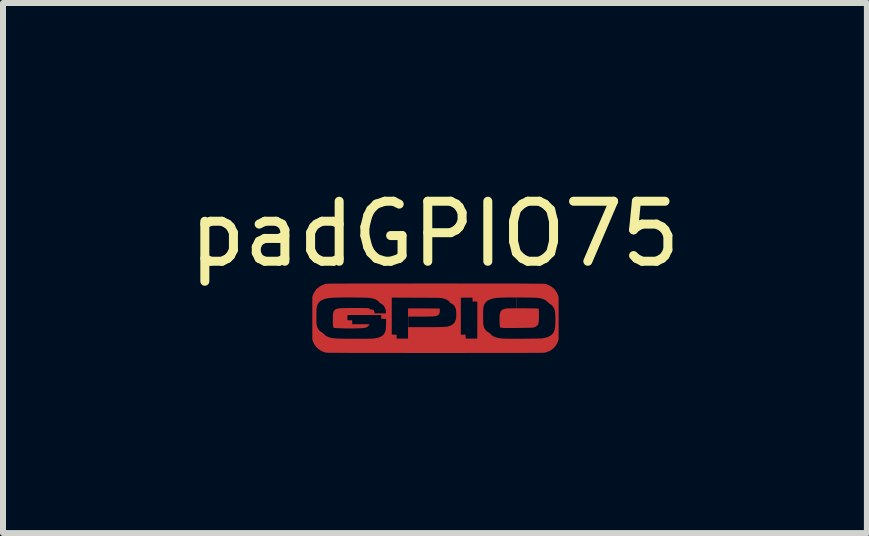
<source format=kicad_pcb>
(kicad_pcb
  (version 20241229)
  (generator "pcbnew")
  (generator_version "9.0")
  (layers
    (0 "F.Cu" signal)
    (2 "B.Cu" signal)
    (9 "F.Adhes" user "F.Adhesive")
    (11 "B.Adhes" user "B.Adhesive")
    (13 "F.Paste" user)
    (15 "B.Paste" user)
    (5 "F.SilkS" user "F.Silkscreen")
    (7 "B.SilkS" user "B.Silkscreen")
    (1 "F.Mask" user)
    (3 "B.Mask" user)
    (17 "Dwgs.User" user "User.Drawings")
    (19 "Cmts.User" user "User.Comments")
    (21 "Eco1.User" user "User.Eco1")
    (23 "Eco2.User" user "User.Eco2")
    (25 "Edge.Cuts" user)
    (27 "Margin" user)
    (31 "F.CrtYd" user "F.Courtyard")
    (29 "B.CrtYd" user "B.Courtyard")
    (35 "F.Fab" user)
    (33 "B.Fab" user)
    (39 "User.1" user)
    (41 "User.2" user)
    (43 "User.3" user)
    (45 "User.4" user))
  (footprint "padGPIO75"
    (layer "F.Cu")
    (at 4.211 2.263)
    (property "Reference" "padGPIO75" (at -0.015 -1.415 0) (unlocked yes) (layer "F.SilkS") (effects (font (size 1 1) (thickness 0.15))))
    (attr smd)
    (fp_poly (pts (xy 0.612 0.265) (xy 0.418 0.265) (xy 0.418 -0.353) (xy 0.612 -0.353)) (stroke (width -0.000001) (type solid)) (fill yes) (layer "F.Mask"))
    (fp_poly (pts (xy -0.047 -0.352) (xy 0.039 -0.35) (xy 0.079 -0.349) (xy 0.091 -0.347) (xy 0.103 -0.345) (xy 0.114 -0.343) (xy 0.125 -0.341) (xy 0.136 -0.338) (xy 0.145 -0.335) (xy 0.155 -0.332) (xy 0.164 -0.329) (xy 0.173 -0.326) (xy 0.181 -0.322) (xy 0.189 -0.318) (xy 0.196 -0.314) (xy 0.203 -0.31) (xy 0.209 -0.305) (xy 0.215 -0.3) (xy 0.22 -0.295) (xy 0.225 -0.29) (xy 0.23 -0.284) (xy 0.235 -0.278) (xy 0.239 -0.272) (xy 0.243 -0.266) (xy 0.246 -0.259) (xy 0.249 -0.252) (xy 0.252 -0.244) (xy 0.254 -0.236) (xy 0.257 -0.228) (xy 0.258 -0.219) (xy 0.26 -0.209) (xy 0.262 -0.199) (xy 0.263 -0.188) (xy 0.264 -0.176) (xy 0.264 -0.164) (xy 0.265 -0.144) (xy 0.265 -0.125) (xy 0.264 -0.107) (xy 0.262 -0.089) (xy 0.261 -0.08) (xy 0.26 -0.072) (xy 0.259 -0.064) (xy 0.257 -0.057) (xy 0.256 -0.05) (xy 0.254 -0.043) (xy 0.252 -0.036) (xy 0.25 -0.03) (xy 0.248 -0.026) (xy 0.246 -0.022) (xy 0.244 -0.018) (xy 0.242 -0.014) (xy 0.239 -0.01) (xy 0.237 -0.006) (xy 0.234 -0.002) (xy 0.231 0.002) (xy 0.225 0.009) (xy 0.218 0.016) (xy 0.211 0.023) (xy 0.203 0.029) (xy 0.195 0.035) (xy 0.186 0.04) (xy 0.177 0.046) (xy 0.167 0.05) (xy 0.157 0.055) (xy 0.147 0.058) (xy 0.136 0.062) (xy 0.126 0.064) (xy 0.116 0.066) (xy 0.106 0.068) (xy 0.094 0.07) (xy 0.081 0.071) (xy 0.066 0.072) (xy 0.049 0.073) (xy 0.009 0.075) (xy -0.042 0.076) (xy -0.105 0.077) (xy -0.182 0.078) (xy -0.274 0.078) (xy -0.538 0.078) (xy -0.538 0.265) (xy -0.733 0.265) (xy -0.733 -0.239) (xy -0.538 -0.239) (xy -0.538 -0.04) (xy -0.295 -0.04) (xy -0.196 -0.041) (xy -0.114 -0.041) (xy -0.055 -0.043) (xy -0.026 -0.044) (xy -0.015 -0.046) (xy -0.005 -0.048) (xy 0.004 -0.05) (xy 0.012 -0.052) (xy 0.02 -0.055) (xy 0.027 -0.057) (xy 0.033 -0.061) (xy 0.038 -0.064) (xy 0.041 -0.066) (xy 0.043 -0.068) (xy 0.046 -0.07) (xy 0.048 -0.072) (xy 0.05 -0.074) (xy 0.052 -0.077) (xy 0.055 -0.082) (xy 0.058 -0.088) (xy 0.06 -0.094) (xy 0.062 -0.1) (xy 0.064 -0.108) (xy 0.065 -0.113) (xy 0.066 -0.119) (xy 0.066 -0.125) (xy 0.066 -0.131) (xy 0.066 -0.137) (xy 0.066 -0.143) (xy 0.066 -0.15) (xy 0.065 -0.156) (xy 0.064 -0.162) (xy 0.063 -0.168) (xy 0.062 -0.174) (xy 0.06 -0.179) (xy 0.059 -0.185) (xy 0.057 -0.189) (xy 0.055 -0.194) (xy 0.053 -0.198) (xy 0.052 -0.199) (xy 0.051 -0.2) (xy 0.05 -0.202) (xy 0.049 -0.203) (xy 0.047 -0.204) (xy 0.046 -0.206) (xy 0.044 -0.208) (xy 0.041 -0.211) (xy 0.037 -0.213) (xy 0.034 -0.215) (xy 0.03 -0.217) (xy 0.026 -0.22) (xy 0.022 -0.221) (xy 0.018 -0.223) (xy 0.013 -0.225) (xy 0.009 -0.227) (xy 0.004 -0.228) (xy -0.002 -0.23) (xy -0.007 -0.231) (xy -0.01 -0.232) (xy -0.015 -0.232) (xy -0.031 -0.233) (xy -0.054 -0.234) (xy -0.085 -0.235) (xy -0.169 -0.236) (xy -0.282 -0.237) (xy -0.538 -0.239) (xy -0.733 -0.239) (xy -0.733 -0.353) (xy -0.343 -0.353)) (stroke (width -0.000001) (type solid)) (fill yes) (layer "F.Mask"))
    (fp_poly (pts (xy 1.484 -0.359) (xy 1.559 -0.358) (xy 1.622 -0.356) (xy 1.675 -0.352) (xy 1.718 -0.348) (xy 1.753 -0.342) (xy 1.78 -0.335) (xy 1.793 -0.33) (xy 1.805 -0.325) (xy 1.816 -0.32) (xy 1.827 -0.314) (xy 1.837 -0.307) (xy 1.846 -0.3) (xy 1.855 -0.293) (xy 1.863 -0.284) (xy 1.871 -0.276) (xy 1.878 -0.266) (xy 1.884 -0.256) (xy 1.89 -0.246) (xy 1.895 -0.235) (xy 1.899 -0.223) (xy 1.903 -0.21) (xy 1.907 -0.197) (xy 1.908 -0.187) (xy 1.91 -0.174) (xy 1.912 -0.139) (xy 1.914 -0.095) (xy 1.914 -0.048) (xy 1.914 -0.001) (xy 1.912 0.043) (xy 1.91 0.079) (xy 1.909 0.092) (xy 1.907 0.103) (xy 1.905 0.111) (xy 1.902 0.12) (xy 1.9 0.128) (xy 1.897 0.136) (xy 1.894 0.143) (xy 1.891 0.151) (xy 1.887 0.158) (xy 1.884 0.165) (xy 1.879 0.171) (xy 1.875 0.178) (xy 1.871 0.184) (xy 1.866 0.189) (xy 1.861 0.195) (xy 1.855 0.2) (xy 1.849 0.206) (xy 1.843 0.21) (xy 1.837 0.215) (xy 1.83 0.22) (xy 1.823 0.224) (xy 1.816 0.228) (xy 1.808 0.232) (xy 1.8 0.235) (xy 1.792 0.239) (xy 1.784 0.242) (xy 1.775 0.245) (xy 1.765 0.248) (xy 1.746 0.253) (xy 1.725 0.257) (xy 1.702 0.261) (xy 1.661 0.265) (xy 1.594 0.267) (xy 1.413 0.271) (xy 1.218 0.272) (xy 1.134 0.27) (xy 1.067 0.268) (xy 1.067 0.268) (xy 1.035 0.266) (xy 1.005 0.263) (xy 0.978 0.259) (xy 0.952 0.254) (xy 0.929 0.248) (xy 0.908 0.242) (xy 0.889 0.234) (xy 0.872 0.225) (xy 0.856 0.214) (xy 0.849 0.209) (xy 0.843 0.203) (xy 0.836 0.197) (xy 0.831 0.19) (xy 0.825 0.183) (xy 0.82 0.176) (xy 0.811 0.161) (xy 0.804 0.144) (xy 0.797 0.126) (xy 0.793 0.106) (xy 0.791 0.096) (xy 0.789 0.082) (xy 0.787 0.046) (xy 0.786 0.003) (xy 0.785 -0.044) (xy 0.785 -0.048) (xy 0.986 -0.048) (xy 0.986 -0.016) (xy 0.988 0.013) (xy 0.989 0.038) (xy 0.99 0.048) (xy 0.991 0.055) (xy 0.992 0.061) (xy 0.993 0.067) (xy 0.995 0.072) (xy 0.996 0.077) (xy 0.997 0.081) (xy 0.998 0.085) (xy 1 0.089) (xy 1.001 0.093) (xy 1.003 0.096) (xy 1.005 0.1) (xy 1.007 0.103) (xy 1.009 0.106) (xy 1.011 0.109) (xy 1.013 0.111) (xy 1.016 0.114) (xy 1.019 0.117) (xy 1.021 0.119) (xy 1.023 0.12) (xy 1.028 0.124) (xy 1.033 0.127) (xy 1.039 0.13) (xy 1.046 0.132) (xy 1.053 0.135) (xy 1.061 0.138) (xy 1.07 0.14) (xy 1.079 0.142) (xy 1.089 0.144) (xy 1.099 0.146) (xy 1.11 0.147) (xy 1.121 0.149) (xy 1.133 0.15) (xy 1.145 0.151) (xy 1.157 0.152) (xy 1.192 0.153) (xy 1.247 0.153) (xy 1.391 0.152) (xy 1.529 0.15) (xy 1.577 0.148) (xy 1.601 0.147) (xy 1.601 0.147) (xy 1.617 0.144) (xy 1.625 0.143) (xy 1.631 0.141) (xy 1.638 0.14) (xy 1.643 0.138) (xy 1.649 0.136) (xy 1.654 0.135) (xy 1.658 0.133) (xy 1.663 0.131) (xy 1.667 0.129) (xy 1.671 0.126) (xy 1.674 0.124) (xy 1.678 0.121) (xy 1.681 0.118) (xy 1.685 0.115) (xy 1.687 0.113) (xy 1.689 0.111) (xy 1.691 0.109) (xy 1.693 0.106) (xy 1.694 0.104) (xy 1.696 0.102) (xy 1.697 0.1) (xy 1.699 0.098) (xy 1.7 0.096) (xy 1.701 0.093) (xy 1.703 0.091) (xy 1.704 0.088) (xy 1.705 0.086) (xy 1.706 0.083) (xy 1.707 0.081) (xy 1.708 0.078) (xy 1.71 0.068) (xy 1.712 0.055) (xy 1.714 0.04) (xy 1.716 0.023) (xy 1.718 -0.014) (xy 1.718 -0.054) (xy 1.718 -0.093) (xy 1.716 -0.128) (xy 1.714 -0.144) (xy 1.713 -0.157) (xy 1.711 -0.168) (xy 1.708 -0.175) (xy 1.707 -0.178) (xy 1.705 -0.181) (xy 1.704 -0.184) (xy 1.702 -0.187) (xy 1.701 -0.19) (xy 1.699 -0.192) (xy 1.697 -0.195) (xy 1.696 -0.197) (xy 1.694 -0.199) (xy 1.692 -0.201) (xy 1.69 -0.203) (xy 1.687 -0.205) (xy 1.685 -0.207) (xy 1.683 -0.209) (xy 1.68 -0.211) (xy 1.678 -0.213) (xy 1.675 -0.214) (xy 1.672 -0.216) (xy 1.669 -0.217) (xy 1.666 -0.219) (xy 1.663 -0.22) (xy 1.659 -0.222) (xy 1.656 -0.223) (xy 1.652 -0.224) (xy 1.644 -0.227) (xy 1.635 -0.229) (xy 1.626 -0.231) (xy 1.616 -0.233) (xy 1.611 -0.234) (xy 1.605 -0.235) (xy 1.599 -0.235) (xy 1.591 -0.236) (xy 1.574 -0.237) (xy 1.553 -0.238) (xy 1.526 -0.239) (xy 1.492 -0.24) (xy 1.45 -0.24) (xy 1.399 -0.241) (xy 1.282 -0.242) (xy 1.191 -0.24) (xy 1.153 -0.238) (xy 1.121 -0.236) (xy 1.093 -0.232) (xy 1.07 -0.228) (xy 1.051 -0.223) (xy 1.035 -0.216) (xy 1.022 -0.208) (xy 1.012 -0.199) (xy 1.004 -0.188) (xy 0.998 -0.176) (xy 0.993 -0.163) (xy 0.99 -0.147) (xy 0.989 -0.14) (xy 0.988 -0.131) (xy 0.987 -0.108) (xy 0.986 -0.079) (xy 0.986 -0.048) (xy 0.785 -0.048) (xy 0.786 -0.09) (xy 0.787 -0.133) (xy 0.789 -0.169) (xy 0.791 -0.182) (xy 0.793 -0.192) (xy 0.795 -0.204) (xy 0.799 -0.215) (xy 0.802 -0.226) (xy 0.806 -0.236) (xy 0.81 -0.245) (xy 0.814 -0.254) (xy 0.819 -0.262) (xy 0.825 -0.27) (xy 0.831 -0.277) (xy 0.837 -0.284) (xy 0.844 -0.29) (xy 0.852 -0.296) (xy 0.86 -0.302) (xy 0.868 -0.308) (xy 0.878 -0.313) (xy 0.888 -0.318) (xy 0.9 -0.324) (xy 0.913 -0.329) (xy 0.926 -0.333) (xy 0.94 -0.337) (xy 0.956 -0.341) (xy 0.973 -0.344) (xy 0.991 -0.347) (xy 1.012 -0.349) (xy 1.036 -0.351) (xy 1.062 -0.353) (xy 1.091 -0.355) (xy 1.124 -0.356) (xy 1.161 -0.357) (xy 1.201 -0.358) (xy 1.296 -0.359) (xy 1.397 -0.36)) (stroke (width -0.000001) (type solid)) (fill yes) (layer "F.Mask"))
    (fp_poly (pts (xy -1.33 -0.36) (xy -1.248 -0.358) (xy -1.175 -0.354) (xy -1.114 -0.35) (xy -1.065 -0.343) (xy -1.045 -0.34) (xy -1.029 -0.336) (xy -1.016 -0.331) (xy -1.003 -0.326) (xy -0.997 -0.323) (xy -0.991 -0.32) (xy -0.986 -0.317) (xy -0.98 -0.314) (xy -0.975 -0.311) (xy -0.97 -0.307) (xy -0.965 -0.303) (xy -0.961 -0.299) (xy -0.956 -0.295) (xy -0.952 -0.291) (xy -0.948 -0.287) (xy -0.944 -0.282) (xy -0.941 -0.277) (xy -0.937 -0.272) (xy -0.934 -0.267) (xy -0.931 -0.262) (xy -0.928 -0.256) (xy -0.926 -0.251) (xy -0.923 -0.245) (xy -0.921 -0.239) (xy -0.919 -0.233) (xy -0.917 -0.226) (xy -0.914 -0.213) (xy -0.911 -0.199) (xy -0.909 -0.184) (xy -0.907 -0.154) (xy -1.102 -0.154) (xy -1.102 -0.163) (xy -1.102 -0.166) (xy -1.103 -0.17) (xy -1.103 -0.173) (xy -1.104 -0.177) (xy -1.105 -0.18) (xy -1.106 -0.184) (xy -1.107 -0.187) (xy -1.108 -0.19) (xy -1.109 -0.194) (xy -1.111 -0.197) (xy -1.112 -0.2) (xy -1.114 -0.203) (xy -1.116 -0.205) (xy -1.118 -0.208) (xy -1.12 -0.21) (xy -1.122 -0.212) (xy -1.126 -0.216) (xy -1.128 -0.217) (xy -1.13 -0.219) (xy -1.133 -0.22) (xy -1.135 -0.222) (xy -1.138 -0.223) (xy -1.14 -0.224) (xy -1.143 -0.226) (xy -1.146 -0.227) (xy -1.152 -0.229) (xy -1.159 -0.231) (xy -1.167 -0.233) (xy -1.176 -0.235) (xy -1.185 -0.236) (xy -1.196 -0.237) (xy -1.207 -0.239) (xy -1.22 -0.24) (xy -1.233 -0.241) (xy -1.248 -0.242) (xy -1.264 -0.243) (xy -1.304 -0.244) (xy -1.356 -0.244) (xy -1.478 -0.244) (xy -1.595 -0.242) (xy -1.641 -0.24) (xy -1.673 -0.238) (xy -1.691 -0.236) (xy -1.708 -0.233) (xy -1.715 -0.232) (xy -1.723 -0.23) (xy -1.729 -0.228) (xy -1.735 -0.226) (xy -1.741 -0.223) (xy -1.747 -0.22) (xy -1.752 -0.217) (xy -1.757 -0.214) (xy -1.761 -0.21) (xy -1.765 -0.206) (xy -1.769 -0.202) (xy -1.772 -0.197) (xy -1.775 -0.192) (xy -1.778 -0.186) (xy -1.78 -0.18) (xy -1.783 -0.173) (xy -1.785 -0.166) (xy -1.786 -0.159) (xy -1.788 -0.15) (xy -1.789 -0.142) (xy -1.79 -0.132) (xy -1.791 -0.123) (xy -1.792 -0.101) (xy -1.793 -0.077) (xy -1.793 -0.05) (xy -1.793 -0.007) (xy -1.792 0.011) (xy -1.791 0.028) (xy -1.79 0.043) (xy -1.788 0.056) (xy -1.786 0.069) (xy -1.783 0.079) (xy -1.78 0.089) (xy -1.776 0.098) (xy -1.772 0.105) (xy -1.768 0.112) (xy -1.762 0.118) (xy -1.756 0.124) (xy -1.75 0.128) (xy -1.742 0.133) (xy -1.736 0.136) (xy -1.729 0.139) (xy -1.722 0.142) (xy -1.718 0.143) (xy -1.714 0.145) (xy -1.71 0.146) (xy -1.706 0.147) (xy -1.701 0.148) (xy -1.697 0.148) (xy -1.686 0.15) (xy -1.673 0.151) (xy -1.658 0.153) (xy -1.641 0.153) (xy -1.622 0.154) (xy -1.6 0.155) (xy -1.575 0.155) (xy -1.546 0.156) (xy -1.477 0.157) (xy -1.353 0.157) (xy -1.305 0.157) (xy -1.265 0.156) (xy -1.232 0.154) (xy -1.205 0.152) (xy -1.185 0.149) (xy -1.169 0.145) (xy -1.161 0.142) (xy -1.157 0.141) (xy -1.153 0.139) (xy -1.15 0.138) (xy -1.147 0.136) (xy -1.143 0.134) (xy -1.14 0.132) (xy -1.137 0.13) (xy -1.134 0.128) (xy -1.131 0.126) (xy -1.129 0.123) (xy -1.126 0.121) (xy -1.124 0.118) (xy -1.121 0.116) (xy -1.119 0.113) (xy -1.117 0.11) (xy -1.115 0.107) (xy -1.113 0.104) (xy -1.111 0.101) (xy -1.11 0.097) (xy -1.108 0.094) (xy -1.107 0.091) (xy -1.105 0.087) (xy -1.104 0.083) (xy -1.103 0.08) (xy -1.102 0.076) (xy -1.101 0.072) (xy -1.1 0.063) (xy -1.099 0.055) (xy -1.097 0.028) (xy -1.476 0.028) (xy -1.476 -0.067) (xy -0.904 -0.067) (xy -0.904 -0.007) (xy -0.904 0.019) (xy -0.905 0.043) (xy -0.906 0.065) (xy -0.908 0.085) (xy -0.91 0.103) (xy -0.912 0.119) (xy -0.915 0.133) (xy -0.916 0.139) (xy -0.918 0.145) (xy -0.92 0.151) (xy -0.923 0.157) (xy -0.925 0.163) (xy -0.928 0.169) (xy -0.931 0.175) (xy -0.934 0.181) (xy -0.938 0.186) (xy -0.941 0.191) (xy -0.945 0.196) (xy -0.949 0.201) (xy -0.953 0.205) (xy -0.958 0.21) (xy -0.963 0.214) (xy -0.968 0.218) (xy -0.973 0.222) (xy -0.978 0.226) (xy -0.984 0.229) (xy -0.99 0.233) (xy -0.996 0.236) (xy -1.003 0.239) (xy -1.009 0.242) (xy -1.016 0.245) (xy -1.023 0.247) (xy -1.031 0.25) (xy -1.038 0.252) (xy -1.046 0.254) (xy -1.063 0.258) (xy -1.081 0.262) (xy -1.1 0.265) (xy -1.132 0.266) (xy -1.191 0.268) (xy -1.361 0.27) (xy -1.543 0.27) (xy -1.672 0.269) (xy -1.714 0.267) (xy -1.75 0.264) (xy -1.781 0.261) (xy -1.795 0.259) (xy -1.808 0.257) (xy -1.82 0.255) (xy -1.831 0.253) (xy -1.842 0.25) (xy -1.852 0.247) (xy -1.862 0.244) (xy -1.871 0.24) (xy -1.881 0.236) (xy -1.891 0.232) (xy -1.9 0.227) (xy -1.909 0.221) (xy -1.918 0.216) (xy -1.926 0.21) (xy -1.933 0.204) (xy -1.94 0.197) (xy -1.946 0.19) (xy -1.952 0.183) (xy -1.958 0.175) (xy -1.963 0.166) (xy -1.967 0.157) (xy -1.972 0.148) (xy -1.975 0.138) (xy -1.979 0.127) (xy -1.982 0.116) (xy -1.985 0.105) (xy -1.987 0.094) (xy -1.988 0.081) (xy -1.99 0.046) (xy -1.992 0.004) (xy -1.992 -0.042) (xy -1.992 -0.088) (xy -1.99 -0.131) (xy -1.988 -0.166) (xy -1.987 -0.179) (xy -1.985 -0.19) (xy -1.982 -0.202) (xy -1.979 -0.213) (xy -1.975 -0.224) (xy -1.971 -0.234) (xy -1.967 -0.244) (xy -1.962 -0.253) (xy -1.957 -0.262) (xy -1.951 -0.27) (xy -1.945 -0.278) (xy -1.938 -0.285) (xy -1.931 -0.292) (xy -1.923 -0.298) (xy -1.914 -0.304) (xy -1.905 -0.31) (xy -1.896 -0.315) (xy -1.886 -0.32) (xy -1.876 -0.324) (xy -1.866 -0.328) (xy -1.856 -0.332) (xy -1.845 -0.335) (xy -1.834 -0.338) (xy -1.822 -0.341) (xy -1.809 -0.343) (xy -1.794 -0.345) (xy -1.779 -0.347) (xy -1.762 -0.349) (xy -1.744 -0.35) (xy -1.724 -0.352) (xy -1.702 -0.353) (xy -1.678 -0.354) (xy -1.624 -0.356) (xy -1.52 -0.359) (xy -1.421 -0.36)) (stroke (width -0.000001) (type solid)) (fill yes) (layer "F.Mask"))
    (fp_poly (pts (xy -1.79 -0.151) (xy 1.72 -0.151) (xy 1.72 0.128) (xy -1.79 0.128)) (stroke (width 0.4) (type solid)) (fill yes) (layer "B.Mask"))
    (pad "1" smd rect (at -1.905 0.381) (size 0.12 0.06) (layers "F.Cu" "F.Mask" "F.Paste"))
    (pad "1" smd rect (at -1.778 -0.508) (size 0.12 0.06) (layers "F.Cu" "F.Mask" "F.Paste"))
    (pad "1" smd custom (at 0 0.24) (size 0.025 0.025) (layers "F.Cu" "F.Mask" "F.Paste") (options (anchor circle)) (primitives (gr_poly (pts (xy 1.357 -0.829) (xy 1.804 -0.826) (xy 1.804 -0.826) (xy 1.804 -0.826) (xy 1.804 -0.826) (xy 1.804 -0.826) (xy 1.804 -0.825) (xy 1.804 -0.825) (xy 1.804 -0.825) (xy 1.804 -0.825) (xy 1.805 -0.825) (xy 1.805 -0.825) (xy 1.805 -0.825) (xy 1.805 -0.825) (xy 1.806 -0.824) (xy 1.806 -0.824) (xy 1.806 -0.824) (xy 1.806 -0.824) (xy 1.807 -0.824) (xy 1.807 -0.824) (xy 1.807 -0.824) (xy 1.808 -0.824) (xy 1.808 -0.824) (xy 1.809 -0.824) (xy 1.809 -0.824) (xy 1.809 -0.824) (xy 1.81 -0.824) (xy 1.81 -0.824) (xy 1.811 -0.824) (xy 1.811 -0.824) (xy 1.812 -0.825) (xy 1.812 -0.825) (xy 1.813 -0.825) (xy 1.813 -0.825) (xy 1.814 -0.825) (xy 1.815 -0.825) (xy 1.816 -0.825) (xy 1.817 -0.826) (xy 1.818 -0.826) (xy 1.819 -0.826) (xy 1.819 -0.826) (xy 1.82 -0.826) (xy 1.821 -0.826) (xy 1.821 -0.825) (xy 1.822 -0.825) (xy 1.822 -0.825) (xy 1.822 -0.825) (xy 1.822 -0.825) (xy 1.823 -0.825) (xy 1.823 -0.824) (xy 1.823 -0.824) (xy 1.823 -0.824) (xy 1.823 -0.824) (xy 1.823 -0.824) (xy 1.823 -0.824) (xy 1.823 -0.823) (xy 1.823 -0.823) (xy 1.823 -0.823) (xy 1.823 -0.823) (xy 1.823 -0.823) (xy 1.824 -0.823) (xy 1.824 -0.823) (xy 1.824 -0.822) (xy 1.824 -0.822) (xy 1.824 -0.822) (xy 1.825 -0.822) (xy 1.825 -0.822) (xy 1.825 -0.822) (xy 1.826 -0.822) (xy 1.826 -0.821) (xy 1.826 -0.821) (xy 1.827 -0.821) (xy 1.827 -0.821) (xy 1.827 -0.821) (xy 1.828 -0.821) (xy 1.829 -0.821) (xy 1.829 -0.82) (xy 1.83 -0.82) (xy 1.831 -0.82) (xy 1.832 -0.82) (xy 1.832 -0.82) (xy 1.833 -0.82) (xy 1.835 -0.82) (xy 1.836 -0.819) (xy 1.838 -0.819) (xy 1.84 -0.819) (xy 1.842 -0.818) (xy 1.846 -0.816) (xy 1.851 -0.815) (xy 1.856 -0.813) (xy 1.861 -0.81) (xy 1.866 -0.808) (xy 1.871 -0.806) (xy 1.876 -0.804) (xy 1.88 -0.802) (xy 1.884 -0.801) (xy 1.888 -0.8) (xy 1.889 -0.799) (xy 1.89 -0.799) (xy 1.891 -0.799) (xy 1.892 -0.799) (xy 1.893 -0.799) (xy 1.893 -0.799) (xy 1.893 -0.799) (xy 1.893 -0.799) (xy 1.893 -0.799) (xy 1.893 -0.799) (xy 1.893 -0.799) (xy 1.894 -0.799) (xy 1.894 -0.799) (xy 1.894 -0.799) (xy 1.894 -0.799) (xy 1.894 -0.799) (xy 1.894 -0.799) (xy 1.894 -0.799) (xy 1.894 -0.799) (xy 1.894 -0.799) (xy 1.894 -0.799) (xy 1.894 -0.799) (xy 1.895 -0.799) (xy 1.895 -0.799) (xy 1.895 -0.799) (xy 1.895 -0.799) (xy 1.895 -0.798) (xy 1.895 -0.798) (xy 1.895 -0.798) (xy 1.895 -0.798) (xy 1.895 -0.798) (xy 1.895 -0.798) (xy 1.895 -0.797) (xy 1.895 -0.797) (xy 1.895 -0.797) (xy 1.895 -0.797) (xy 1.895 -0.796) (xy 1.895 -0.796) (xy 1.895 -0.796) (xy 1.895 -0.795) (xy 1.895 -0.795) (xy 1.895 -0.795) (xy 1.895 -0.794) (xy 1.895 -0.794) (xy 1.896 -0.794) (xy 1.896 -0.794) (xy 1.896 -0.793) (xy 1.896 -0.793) (xy 1.896 -0.793) (xy 1.896 -0.793) (xy 1.896 -0.793) (xy 1.896 -0.793) (xy 1.896 -0.793) (xy 1.896 -0.793) (xy 1.896 -0.793) (xy 1.896 -0.793) (xy 1.896 -0.793) (xy 1.897 -0.793) (xy 1.897 -0.793) (xy 1.897 -0.793) (xy 1.897 -0.793) (xy 1.897 -0.793) (xy 1.897 -0.793) (xy 1.897 -0.793) (xy 1.897 -0.793) (xy 1.898 -0.793) (xy 1.898 -0.793) (xy 1.899 -0.793) (xy 1.9 -0.793) (xy 1.901 -0.793) (xy 1.904 -0.791) (xy 1.908 -0.789) (xy 1.912 -0.787) (xy 1.918 -0.783) (xy 1.923 -0.78) (xy 1.929 -0.775) (xy 1.935 -0.771) (xy 1.941 -0.766) (xy 1.947 -0.762) (xy 1.953 -0.757) (xy 1.958 -0.752) (xy 1.963 -0.748) (xy 1.968 -0.743) (xy 1.972 -0.739) (xy 1.977 -0.734) (xy 1.982 -0.729) (xy 1.987 -0.723) (xy 1.991 -0.716) (xy 1.996 -0.71) (xy 2.001 -0.703) (xy 2.006 -0.695) (xy 2.01 -0.688) (xy 2.014 -0.681) (xy 2.018 -0.673) (xy 2.022 -0.666) (xy 2.026 -0.659) (xy 2.029 -0.652) (xy 2.032 -0.645) (xy 2.035 -0.638) (xy 2.037 -0.632) (xy 2.046 -0.604) (xy 2.046 0.101) (xy 2.037 0.129) (xy 2.035 0.136) (xy 2.032 0.142) (xy 2.029 0.149) (xy 2.026 0.157) (xy 2.022 0.164) (xy 2.018 0.171) (xy 2.014 0.179) (xy 2.01 0.186) (xy 2.006 0.193) (xy 2.001 0.2) (xy 1.996 0.207) (xy 1.991 0.214) (xy 1.987 0.22) (xy 1.982 0.226) (xy 1.977 0.232) (xy 1.972 0.237) (xy 1.968 0.241) (xy 1.963 0.246) (xy 1.958 0.25) (xy 1.953 0.255) (xy 1.941 0.264) (xy 1.929 0.273) (xy 1.918 0.281) (xy 1.912 0.284) (xy 1.908 0.287) (xy 1.904 0.289) (xy 1.901 0.291) (xy 1.899 0.291) (xy 1.898 0.291) (xy 1.898 0.291) (xy 1.897 0.291) (xy 1.897 0.291) (xy 1.897 0.291) (xy 1.897 0.291) (xy 1.897 0.291) (xy 1.897 0.29) (xy 1.897 0.29) (xy 1.897 0.29) (xy 1.896 0.29) (xy 1.896 0.29) (xy 1.896 0.29) (xy 1.896 0.291) (xy 1.896 0.291) (xy 1.896 0.291) (xy 1.896 0.291) (xy 1.896 0.291) (xy 1.896 0.291) (xy 1.896 0.291) (xy 1.896 0.291) (xy 1.896 0.291) (xy 1.896 0.291) (xy 1.895 0.292) (xy 1.895 0.292) (xy 1.895 0.292) (xy 1.895 0.292) (xy 1.895 0.292) (xy 1.895 0.293) (xy 1.895 0.293) (xy 1.895 0.293) (xy 1.895 0.293) (xy 1.895 0.293) (xy 1.895 0.294) (xy 1.895 0.294) (xy 1.895 0.295) (xy 1.895 0.295) (xy 1.895 0.296) (xy 1.895 0.296) (xy 1.895 0.296) (xy 1.895 0.296) (xy 1.895 0.296) (xy 1.895 0.297) (xy 1.895 0.297) (xy 1.894 0.297) (xy 1.894 0.297) (xy 1.894 0.297) (xy 1.894 0.297) (xy 1.894 0.297) (xy 1.894 0.297) (xy 1.894 0.297) (xy 1.894 0.297) (xy 1.894 0.297) (xy 1.894 0.297) (xy 1.894 0.297) (xy 1.893 0.297) (xy 1.893 0.297) (xy 1.893 0.297) (xy 1.893 0.297) (xy 1.893 0.297) (xy 1.893 0.296) (xy 1.893 0.296) (xy 1.892 0.296) (xy 1.892 0.296) (xy 1.891 0.296) (xy 1.89 0.297) (xy 1.889 0.297) (xy 1.888 0.297) (xy 1.886 0.298) (xy 1.884 0.298) (xy 1.882 0.299) (xy 1.88 0.3) (xy 1.878 0.301) (xy 1.876 0.302) (xy 1.874 0.303) (xy 1.871 0.304) (xy 1.869 0.305) (xy 1.866 0.306) (xy 1.861 0.308) (xy 1.856 0.31) (xy 1.851 0.312) (xy 1.846 0.314) (xy 1.842 0.316) (xy 1.838 0.317) (xy 1.835 0.318) (xy 1.833 0.318) (xy 1.832 0.318) (xy 1.831 0.318) (xy 1.83 0.318) (xy 1.829 0.318) (xy 1.829 0.318) (xy 1.828 0.319) (xy 1.827 0.319) (xy 1.826 0.319) (xy 1.826 0.319) (xy 1.825 0.32) (xy 1.824 0.32) (xy 1.824 0.32) (xy 1.824 0.32) (xy 1.823 0.321) (xy 1.823 0.321) (xy 1.823 0.321) (xy 1.823 0.321) (xy 1.823 0.322) (xy 1.823 0.322) (xy 1.823 0.322) (xy 1.823 0.322) (xy 1.823 0.322) (xy 1.823 0.322) (xy 1.822 0.322) (xy 1.822 0.323) (xy 1.822 0.323) (xy 1.822 0.323) (xy 1.822 0.323) (xy 1.822 0.323) (xy 1.821 0.323) (xy 1.821 0.323) (xy 1.821 0.323) (xy 1.821 0.323) (xy 1.82 0.323) (xy 1.82 0.323) (xy 1.82 0.323) (xy 1.819 0.323) (xy 1.819 0.323) (xy 1.819 0.323) (xy 1.818 0.323) (xy 1.818 0.323) (xy 1.817 0.323) (xy 1.816 0.323) (xy 1.815 0.323) (xy 1.814 0.323) (xy 1.813 0.323) (xy 1.812 0.322) (xy 1.811 0.322) (xy 1.81 0.322) (xy 1.809 0.322) (xy 1.809 0.322) (xy 1.808 0.322) (xy 1.807 0.322) (xy 1.806 0.322) (xy 1.806 0.322) (xy 1.805 0.322) (xy 1.805 0.322) (xy 1.804 0.323) (xy 1.804 0.323) (xy 1.804 0.323) (xy 1.804 0.323) (xy 1.804 0.323) (xy 1.804 0.324) (xy 1.804 0.324) (xy 1.804 0.324) (xy 1.804 0.324) (xy 1.693 0.326) (xy 1.357 0.327) (xy -0.006 0.328) (xy -1.369 0.327) (xy -1.816 0.324) (xy -1.816 0.324) (xy -1.816 0.324) (xy -1.816 0.324) (xy -1.816 0.323) (xy -1.816 0.323) (xy -1.816 0.323) (xy -1.816 0.323) (xy -1.816 0.323) (xy -1.817 0.323) (xy -1.817 0.322) (xy -1.817 0.322) (xy -1.817 0.322) (xy -1.818 0.322) (xy -1.818 0.322) (xy -1.818 0.322) (xy -1.818 0.322) (xy -1.819 0.322) (xy -1.819 0.322) (xy -1.82 0.322) (xy -1.82 0.322) (xy -1.82 0.322) (xy -1.821 0.322) (xy -1.821 0.322) (xy -1.821 0.322) (xy -1.822 0.322) (xy -1.822 0.322) (xy -1.823 0.322) (xy -1.823 0.322) (xy -1.824 0.322) (xy -1.824 0.322) (xy -1.825 0.322) (xy -1.825 0.323) (xy -1.826 0.323) (xy -1.827 0.323) (xy -1.828 0.323) (xy -1.829 0.323) (xy -1.83 0.323) (xy -1.831 0.323) (xy -1.831 0.323) (xy -1.832 0.323) (xy -1.833 0.323) (xy -1.833 0.323) (xy -1.834 0.323) (xy -1.834 0.323) (xy -1.834 0.323) (xy -1.835 0.322) (xy -1.835 0.322) (xy -1.835 0.322) (xy -1.835 0.322) (xy -1.835 0.322) (xy -1.835 0.322) (xy -1.835 0.322) (xy -1.835 0.321) (xy -1.835 0.321) (xy -1.835 0.321) (xy -1.835 0.321) (xy -1.835 0.321) (xy -1.835 0.321) (xy -1.836 0.32) (xy -1.836 0.32) (xy -1.836 0.32) (xy -1.836 0.32) (xy -1.836 0.32) (xy -1.837 0.32) (xy -1.837 0.32) (xy -1.837 0.319) (xy -1.838 0.319) (xy -1.838 0.319) (xy -1.838 0.319) (xy -1.839 0.319) (xy -1.839 0.319) (xy -1.839 0.319) (xy -1.84 0.319) (xy -1.841 0.318) (xy -1.841 0.318) (xy -1.842 0.318) (xy -1.843 0.318) (xy -1.844 0.318) (xy -1.844 0.318) (xy -1.845 0.318) (xy -1.847 0.318) (xy -1.848 0.317) (xy -1.85 0.317) (xy -1.852 0.316) (xy -1.854 0.316) (xy -1.858 0.314) (xy -1.863 0.312) (xy -1.868 0.31) (xy -1.873 0.308) (xy -1.878 0.306) (xy -1.883 0.304) (xy -1.888 0.302) (xy -1.892 0.3) (xy -1.896 0.298) (xy -1.9 0.297) (xy -1.901 0.297) (xy -1.902 0.297) (xy -1.903 0.296) (xy -1.904 0.296) (xy -1.905 0.296) (xy -1.905 0.296) (xy -1.905 0.297) (xy -1.905 0.297) (xy -1.905 0.297) (xy -1.905 0.297) (xy -1.905 0.297) (xy -1.906 0.297) (xy -1.906 0.297) (xy -1.906 0.297) (xy -1.906 0.297) (xy -1.906 0.297) (xy -1.906 0.297) (xy -1.906 0.297) (xy -1.906 0.297) (xy -1.906 0.297) (xy -1.906 0.297) (xy -1.906 0.297) (xy -1.907 0.297) (xy -1.907 0.297) (xy -1.907 0.296) (xy -1.907 0.296) (xy -1.907 0.296) (xy -1.907 0.296) (xy -1.907 0.296) (xy -1.907 0.296) (xy -1.907 0.296) (xy -1.907 0.295) (xy -1.907 0.295) (xy -1.907 0.295) (xy -1.907 0.295) (xy -1.907 0.294) (xy -1.907 0.294) (xy -1.907 0.294) (xy -1.907 0.294) (xy -1.907 0.293) (xy -1.907 0.293) (xy -1.907 0.292) (xy -1.907 0.292) (xy -1.907 0.292) (xy -1.908 0.291) (xy -1.908 0.291) (xy -1.908 0.291) (xy -1.908 0.291) (xy -1.908 0.291) (xy -1.908 0.291) (xy -1.908 0.291) (xy -1.908 0.291) (xy -1.908 0.291) (xy -1.908 0.291) (xy -1.908 0.29) (xy -1.908 0.29) (xy -1.909 0.29) (xy -1.909 0.29) (xy -1.909 0.29) (xy -1.909 0.29) (xy -1.909 0.291) (xy -1.909 0.291) (xy -1.909 0.291) (xy -1.909 0.291) (xy -1.909 0.291) (xy -1.91 0.291) (xy -1.91 0.291) (xy -1.911 0.291) (xy -1.912 0.291) (xy -1.913 0.291) (xy -1.916 0.289) (xy -1.92 0.287) (xy -1.924 0.284) (xy -1.93 0.281) (xy -1.935 0.277) (xy -1.941 0.273) (xy -1.947 0.269) (xy -1.953 0.264) (xy -1.959 0.26) (xy -1.965 0.255) (xy -1.97 0.25) (xy -1.975 0.246) (xy -1.98 0.241) (xy -1.984 0.237) (xy -1.989 0.232) (xy -1.994 0.226) (xy -1.999 0.22) (xy -2.003 0.214) (xy -2.008 0.207) (xy -2.013 0.2) (xy -2.018 0.193) (xy -2.022 0.186) (xy -2.026 0.179) (xy -2.03 0.171) (xy -2.034 0.164) (xy -2.038 0.157) (xy -2.041 0.149) (xy -2.044 0.142) (xy -2.047 0.136) (xy -2.049 0.129) (xy -2.058 0.101) (xy -2.058 -0.284) (xy -1.989 -0.284) (xy -1.989 -0.215) (xy -1.989 -0.191) (xy -1.988 -0.172) (xy -1.987 -0.158) (xy -1.986 -0.147) (xy -1.984 -0.137) (xy -1.982 -0.129) (xy -1.979 -0.119) (xy -1.976 -0.109) (xy -1.973 -0.1) (xy -1.969 -0.091) (xy -1.965 -0.083) (xy -1.961 -0.075) (xy -1.957 -0.068) (xy -1.952 -0.061) (xy -1.947 -0.055) (xy -1.942 -0.049) (xy -1.937 -0.043) (xy -1.931 -0.038) (xy -1.925 -0.033) (xy -1.918 -0.028) (xy -1.912 -0.023) (xy -1.904 -0.019) (xy -1.902 -0.018) (xy -1.9 -0.017) (xy -1.897 -0.015) (xy -1.894 -0.013) (xy -1.892 -0.011) (xy -1.889 -0.009) (xy -1.886 -0.007) (xy -1.884 -0.005) (xy -1.881 -0.003) (xy -1.878 -0.001) (xy -1.876 0.002) (xy -1.873 0.004) (xy -1.871 0.006) (xy -1.869 0.008) (xy -1.867 0.011) (xy -1.865 0.013) (xy -1.859 0.019) (xy -1.853 0.025) (xy -1.846 0.03) (xy -1.839 0.036) (xy -1.831 0.041) (xy -1.823 0.046) (xy -1.814 0.051) (xy -1.805 0.055) (xy -1.795 0.059) (xy -1.785 0.063) (xy -1.775 0.067) (xy -1.764 0.07) (xy -1.753 0.073) (xy -1.742 0.076) (xy -1.731 0.078) (xy -1.719 0.08) (xy -1.712 0.081) (xy -1.704 0.082) (xy -1.683 0.084) (xy -1.66 0.086) (xy -1.638 0.088) (xy -1.522 0.09) (xy -1.336 0.091) (xy -1.155 0.09) (xy -1.089 0.089) (xy -1.052 0.088) (xy -1.027 0.085) (xy -1.004 0.082) (xy -0.982 0.078) (xy -0.962 0.073) (xy -0.944 0.067) (xy -0.927 0.061) (xy -0.912 0.053) (xy -0.905 0.049) (xy -0.898 0.045) (xy -0.891 0.04) (xy -0.885 0.035) (xy -0.88 0.03) (xy -0.874 0.024) (xy -0.869 0.018) (xy -0.865 0.012) (xy -0.86 0.006) (xy -0.856 -0.000417) (xy -0.853 -0.007) (xy -0.849 -0.014) (xy -0.843 -0.03) (xy -0.838 -0.046) (xy -0.834 -0.064) (xy -0.833 -0.071) (xy -0.832 -0.081) (xy -0.831 -0.092) (xy -0.831 -0.105) (xy -0.83 -0.119) (xy -0.83 -0.134) (xy -0.829 -0.15) (xy -0.829 -0.166) (xy -0.829 -0.24) (xy -0.909 -0.24) (xy -0.909 -0.304) (xy -1.473 -0.304) (xy -1.473 -0.217) (xy -1.393 -0.217) (xy -1.393 -0.152) (xy -1.248 -0.152) (xy -1.168 -0.152) (xy -1.143 -0.152) (xy -1.125 -0.151) (xy -1.114 -0.15) (xy -1.111 -0.15) (xy -1.108 -0.149) (xy -1.107 -0.148) (xy -1.106 -0.147) (xy -1.106 -0.147) (xy -1.106 -0.145) (xy -1.107 -0.143) (xy -1.108 -0.141) (xy -1.109 -0.139) (xy -1.11 -0.137) (xy -1.111 -0.135) (xy -1.113 -0.133) (xy -1.116 -0.129) (xy -1.119 -0.125) (xy -1.123 -0.121) (xy -1.127 -0.118) (xy -1.131 -0.114) (xy -1.136 -0.111) (xy -1.141 -0.107) (xy -1.146 -0.104) (xy -1.151 -0.102) (xy -1.157 -0.099) (xy -1.163 -0.097) (xy -1.168 -0.095) (xy -1.174 -0.093) (xy -1.183 -0.091) (xy -1.195 -0.089) (xy -1.228 -0.086) (xy -1.271 -0.084) (xy -1.322 -0.082) (xy -1.378 -0.081) (xy -1.437 -0.081) (xy -1.498 -0.081) (xy -1.557 -0.083) (xy -1.607 -0.085) (xy -1.65 -0.087) (xy -1.681 -0.089) (xy -1.691 -0.089) (xy -1.696 -0.09) (xy -1.698 -0.091) (xy -1.699 -0.091) (xy -1.7 -0.092) (xy -1.701 -0.092) (xy -1.702 -0.092) (xy -1.702 -0.093) (xy -1.703 -0.093) (xy -1.703 -0.094) (xy -1.704 -0.094) (xy -1.704 -0.095) (xy -1.705 -0.095) (xy -1.705 -0.096) (xy -1.706 -0.096) (xy -1.706 -0.097) (xy -1.707 -0.098) (xy -1.707 -0.099) (xy -1.707 -0.1) (xy -1.708 -0.101) (xy -1.708 -0.102) (xy -1.708 -0.103) (xy -1.709 -0.105) (xy -1.709 -0.106) (xy -1.71 -0.109) (xy -1.711 -0.113) (xy -1.711 -0.117) (xy -1.712 -0.122) (xy -1.713 -0.126) (xy -1.713 -0.13) (xy -1.714 -0.14) (xy -1.715 -0.151) (xy -1.716 -0.165) (xy -1.716 -0.18) (xy -1.716 -0.198) (xy -1.716 -0.217) (xy -1.716 -0.24) (xy -1.715 -0.275) (xy -1.714 -0.304) (xy -1.713 -0.316) (xy -1.712 -0.326) (xy -1.711 -0.335) (xy -1.709 -0.344) (xy -1.707 -0.351) (xy -1.705 -0.357) (xy -1.703 -0.363) (xy -1.7 -0.368) (xy -1.697 -0.373) (xy -1.693 -0.378) (xy -1.689 -0.382) (xy -1.685 -0.387) (xy -1.681 -0.39) (xy -1.676 -0.394) (xy -1.672 -0.397) (xy -1.67 -0.398) (xy -1.667 -0.4) (xy -1.665 -0.401) (xy -1.662 -0.402) (xy -1.66 -0.403) (xy -1.657 -0.404) (xy -1.651 -0.407) (xy -1.645 -0.409) (xy -1.638 -0.41) (xy -1.63 -0.412) (xy -1.622 -0.413) (xy -1.613 -0.415) (xy -1.603 -0.416) (xy -1.592 -0.417) (xy -1.581 -0.418) (xy -1.568 -0.419) (xy -1.534 -0.42) (xy -1.481 -0.421) (xy -1.344 -0.422) (xy -1.21 -0.421) (xy -1.161 -0.421) (xy -1.132 -0.419) (xy -1.124 -0.418) (xy -1.121 -0.418) (xy -1.118 -0.418) (xy -1.115 -0.417) (xy -1.113 -0.417) (xy -1.111 -0.416) (xy -1.109 -0.416) (xy -1.108 -0.415) (xy -1.107 -0.414) (xy -1.106 -0.414) (xy -1.105 -0.413) (xy -1.105 -0.411) (xy -1.104 -0.41) (xy -1.104 -0.409) (xy -1.103 -0.407) (xy -1.103 -0.406) (xy -1.103 -0.405) (xy -1.102 -0.404) (xy -1.102 -0.404) (xy -1.102 -0.403) (xy -1.102 -0.403) (xy -1.101 -0.402) (xy -1.101 -0.402) (xy -1.101 -0.401) (xy -1.1 -0.401) (xy -1.1 -0.4) (xy -1.099 -0.4) (xy -1.098 -0.4) (xy -1.098 -0.399) (xy -1.097 -0.399) (xy -1.096 -0.399) (xy -1.095 -0.398) (xy -1.094 -0.398) (xy -1.093 -0.398) (xy -1.092 -0.398) (xy -1.091 -0.398) (xy -1.089 -0.397) (xy -1.088 -0.397) (xy -1.084 -0.397) (xy -1.081 -0.397) (xy -1.076 -0.396) (xy -1.071 -0.396) (xy -1.062 -0.395) (xy -1.058 -0.395) (xy -1.055 -0.395) (xy -1.052 -0.394) (xy -1.049 -0.394) (xy -1.047 -0.393) (xy -1.045 -0.393) (xy -1.043 -0.392) (xy -1.041 -0.391) (xy -1.04 -0.39) (xy -1.039 -0.389) (xy -1.037 -0.388) (xy -1.036 -0.387) (xy -1.035 -0.386) (xy -1.034 -0.384) (xy -1.033 -0.383) (xy -1.032 -0.382) (xy -1.031 -0.38) (xy -1.031 -0.379) (xy -1.03 -0.377) (xy -1.029 -0.375) (xy -1.029 -0.373) (xy -1.028 -0.371) (xy -1.027 -0.369) (xy -1.027 -0.367) (xy -1.026 -0.365) (xy -1.025 -0.362) (xy -1.025 -0.36) (xy -1.025 -0.358) (xy -1.024 -0.356) (xy -1.024 -0.354) (xy -1.021 -0.333) (xy -0.927 -0.332) (xy -0.833 -0.331) (xy -0.833 -0.351) (xy -0.833 -0.363) (xy -0.834 -0.375) (xy -0.836 -0.386) (xy -0.839 -0.397) (xy -0.842 -0.408) (xy -0.846 -0.419) (xy -0.85 -0.429) (xy -0.855 -0.438) (xy -0.861 -0.447) (xy -0.867 -0.456) (xy -0.874 -0.464) (xy -0.881 -0.472) (xy -0.889 -0.479) (xy -0.898 -0.485) (xy -0.907 -0.491) (xy -0.916 -0.496) (xy -0.918 -0.497) (xy -0.92 -0.498) (xy -0.922 -0.499) (xy -0.924 -0.5) (xy -0.926 -0.502) (xy -0.928 -0.503) (xy -0.93 -0.505) (xy -0.932 -0.506) (xy -0.934 -0.508) (xy -0.936 -0.51) (xy -0.938 -0.511) (xy -0.939 -0.513) (xy -0.941 -0.515) (xy -0.943 -0.516) (xy -0.944 -0.518) (xy -0.945 -0.52) (xy -0.949 -0.524) (xy -0.952 -0.528) (xy -0.956 -0.532) (xy -0.961 -0.536) (xy -0.965 -0.54) (xy -0.97 -0.543) (xy -0.975 -0.547) (xy -0.98 -0.551) (xy -0.986 -0.554) (xy -0.991 -0.557) (xy -0.997 -0.56) (xy -1.003 -0.563) (xy -1.009 -0.566) (xy -1.015 -0.569) (xy -1.022 -0.571) (xy -1.028 -0.573) (xy -1.039 -0.576) (xy -1.05 -0.58) (xy -1.061 -0.582) (xy -1.072 -0.585) (xy -1.085 -0.587) (xy -1.098 -0.588) (xy -1.113 -0.59) (xy -1.13 -0.591) (xy -1.148 -0.593) (xy -1.169 -0.593) (xy -1.194 -0.594) (xy -1.205 -0.595) (xy -0.734 -0.595) (xy -0.734 0.023) (xy -0.654 0.023) (xy -0.654 0.088) (xy -0.463 0.088) (xy -0.463 -0.103) (xy -0.175 -0.103) (xy -0.001 -0.103) (xy 0.06 -0.104) (xy 0.107 -0.105) (xy 0.142 -0.107) (xy 0.169 -0.109) (xy 0.191 -0.112) (xy 0.209 -0.116) (xy 0.222 -0.12) (xy 0.234 -0.124) (xy 0.246 -0.129) (xy 0.257 -0.134) (xy 0.267 -0.139) (xy 0.276 -0.146) (xy 0.285 -0.153) (xy 0.293 -0.16) (xy 0.301 -0.168) (xy 0.308 -0.176) (xy 0.314 -0.186) (xy 0.32 -0.195) (xy 0.324 -0.205) (xy 0.329 -0.216) (xy 0.332 -0.227) (xy 0.335 -0.239) (xy 0.337 -0.247) (xy 0.338 -0.256) (xy 0.339 -0.265) (xy 0.34 -0.276) (xy 0.341 -0.298) (xy 0.341 -0.321) (xy 0.34 -0.344) (xy 0.339 -0.366) (xy 0.337 -0.376) (xy 0.336 -0.386) (xy 0.335 -0.394) (xy 0.333 -0.402) (xy 0.331 -0.41) (xy 0.328 -0.419) (xy 0.325 -0.427) (xy 0.321 -0.435) (xy 0.317 -0.442) (xy 0.313 -0.449) (xy 0.309 -0.456) (xy 0.304 -0.462) (xy 0.298 -0.468) (xy 0.293 -0.474) (xy 0.287 -0.479) (xy 0.281 -0.484) (xy 0.274 -0.489) (xy 0.267 -0.493) (xy 0.26 -0.496) (xy 0.253 -0.5) (xy 0.251 -0.5) (xy 0.25 -0.501) (xy 0.248 -0.502) (xy 0.247 -0.503) (xy 0.245 -0.504) (xy 0.244 -0.505) (xy 0.242 -0.507) (xy 0.24 -0.508) (xy 0.239 -0.509) (xy 0.238 -0.51) (xy 0.236 -0.512) (xy 0.235 -0.513) (xy 0.234 -0.515) (xy 0.233 -0.516) (xy 0.232 -0.518) (xy 0.231 -0.519) (xy 0.229 -0.522) (xy 0.227 -0.525) (xy 0.225 -0.527) (xy 0.222 -0.53) (xy 0.22 -0.532) (xy 0.217 -0.535) (xy 0.212 -0.54) (xy 0.206 -0.545) (xy 0.199 -0.55) (xy 0.191 -0.554) (xy 0.184 -0.558) (xy 0.175 -0.563) (xy 0.166 -0.566) (xy 0.157 -0.57) (xy 0.147 -0.574) (xy 0.137 -0.577) (xy 0.126 -0.58) (xy 0.115 -0.583) (xy 0.103 -0.585) (xy 0.098 -0.586) (xy 0.091 -0.587) (xy 0.083 -0.588) (xy 0.074 -0.588) (xy 0.062 -0.589) (xy 0.047 -0.59) (xy 0.009 -0.591) (xy -0.045 -0.591) (xy -0.117 -0.592) (xy -0.331 -0.593) (xy -0.603 -0.594) (xy 0.417 -0.594) (xy 0.417 0.023) (xy 0.497 0.023) (xy 0.497 0.088) (xy 0.691 0.088) (xy 0.691 -0.284) (xy 0.788 -0.284) (xy 0.789 -0.215) (xy 0.789 -0.191) (xy 0.79 -0.172) (xy 0.79 -0.158) (xy 0.792 -0.146) (xy 0.793 -0.136) (xy 0.795 -0.128) (xy 0.798 -0.118) (xy 0.801 -0.109) (xy 0.804 -0.101) (xy 0.807 -0.092) (xy 0.811 -0.084) (xy 0.815 -0.077) (xy 0.819 -0.07) (xy 0.824 -0.063) (xy 0.829 -0.056) (xy 0.834 -0.05) (xy 0.84 -0.044) (xy 0.846 -0.038) (xy 0.853 -0.033) (xy 0.86 -0.027) (xy 0.867 -0.022) (xy 0.875 -0.017) (xy 0.878 -0.016) (xy 0.88 -0.014) (xy 0.885 -0.011) (xy 0.89 -0.007) (xy 0.895 -0.003) (xy 0.9 0.001) (xy 0.905 0.005) (xy 0.907 0.007) (xy 0.909 0.009) (xy 0.911 0.011) (xy 0.912 0.013) (xy 0.92 0.021) (xy 0.928 0.028) (xy 0.936 0.035) (xy 0.945 0.041) (xy 0.955 0.047) (xy 0.966 0.053) (xy 0.978 0.058) (xy 0.99 0.063) (xy 1.002 0.067) (xy 1.016 0.071) (xy 1.03 0.075) (xy 1.046 0.078) (xy 1.061 0.081) (xy 1.078 0.084) (xy 1.096 0.086) (xy 1.114 0.088) (xy 1.158 0.089) (xy 1.236 0.09) (xy 1.449 0.09) (xy 1.658 0.088) (xy 1.731 0.086) (xy 1.768 0.085) (xy 1.768 0.085) (xy 1.793 0.08) (xy 1.816 0.076) (xy 1.838 0.07) (xy 1.858 0.064) (xy 1.876 0.057) (xy 1.893 0.049) (xy 1.908 0.04) (xy 1.915 0.035) (xy 1.922 0.03) (xy 1.928 0.025) (xy 1.934 0.019) (xy 1.94 0.014) (xy 1.945 0.008) (xy 1.95 0.001) (xy 1.955 -0.005) (xy 1.959 -0.012) (xy 1.963 -0.019) (xy 1.97 -0.034) (xy 1.976 -0.051) (xy 1.981 -0.068) (xy 1.985 -0.087) (xy 1.987 -0.098) (xy 1.988 -0.111) (xy 1.99 -0.144) (xy 1.992 -0.183) (xy 1.992 -0.225) (xy 1.992 -0.267) (xy 1.991 -0.305) (xy 1.989 -0.337) (xy 1.987 -0.35) (xy 1.986 -0.36) (xy 1.984 -0.369) (xy 1.982 -0.378) (xy 1.98 -0.386) (xy 1.978 -0.394) (xy 1.976 -0.401) (xy 1.973 -0.407) (xy 1.971 -0.414) (xy 1.968 -0.419) (xy 1.965 -0.425) (xy 1.962 -0.43) (xy 1.959 -0.435) (xy 1.955 -0.441) (xy 1.951 -0.446) (xy 1.947 -0.451) (xy 1.943 -0.456) (xy 1.937 -0.461) (xy 1.932 -0.466) (xy 1.926 -0.471) (xy 1.921 -0.476) (xy 1.915 -0.48) (xy 1.91 -0.485) (xy 1.905 -0.488) (xy 1.903 -0.49) (xy 1.901 -0.491) (xy 1.899 -0.492) (xy 1.897 -0.493) (xy 1.895 -0.494) (xy 1.894 -0.495) (xy 1.892 -0.496) (xy 1.89 -0.497) (xy 1.888 -0.499) (xy 1.886 -0.501) (xy 1.883 -0.502) (xy 1.881 -0.504) (xy 1.879 -0.506) (xy 1.877 -0.508) (xy 1.875 -0.51) (xy 1.873 -0.512) (xy 1.87 -0.514) (xy 1.868 -0.515) (xy 1.867 -0.517) (xy 1.865 -0.519) (xy 1.858 -0.526) (xy 1.851 -0.533) (xy 1.844 -0.539) (xy 1.836 -0.545) (xy 1.828 -0.55) (xy 1.82 -0.555) (xy 1.811 -0.56) (xy 1.802 -0.564) (xy 1.792 -0.568) (xy 1.782 -0.572) (xy 1.771 -0.575) (xy 1.76 -0.578) (xy 1.748 -0.581) (xy 1.735 -0.584) (xy 1.722 -0.586) (xy 1.708 -0.589) (xy 1.694 -0.59) (xy 1.676 -0.592) (xy 1.653 -0.593) (xy 1.624 -0.594) (xy 1.586 -0.595) (xy 1.537 -0.596) (xy 1.402 -0.597) (xy 1.194 -0.597) (xy 1.119 -0.595) (xy 1.059 -0.593) (xy 1.011 -0.589) (xy 0.972 -0.584) (xy 0.94 -0.576) (xy 0.911 -0.567) (xy 0.901 -0.563) (xy 0.892 -0.559) (xy 0.882 -0.555) (xy 0.874 -0.55) (xy 0.865 -0.545) (xy 0.858 -0.54) (xy 0.85 -0.535) (xy 0.844 -0.529) (xy 0.837 -0.523) (xy 0.832 -0.517) (xy 0.826 -0.51) (xy 0.821 -0.503) (xy 0.817 -0.496) (xy 0.812 -0.489) (xy 0.809 -0.481) (xy 0.805 -0.473) (xy 0.803 -0.465) (xy 0.8 -0.458) (xy 0.798 -0.451) (xy 0.796 -0.444) (xy 0.794 -0.437) (xy 0.793 -0.43) (xy 0.792 -0.422) (xy 0.791 -0.413) (xy 0.79 -0.403) (xy 0.79 -0.391) (xy 0.789 -0.378) (xy 0.789 -0.364) (xy 0.788 -0.328) (xy 0.788 -0.284) (xy 0.691 -0.284) (xy 0.691 -0.529) (xy 0.611 -0.529) (xy 0.611 -0.594) (xy 0.417 -0.594) (xy -0.603 -0.594) (xy -0.734 -0.595) (xy -1.205 -0.595) (xy -1.221 -0.595) (xy -1.286 -0.596) (xy -1.367 -0.597) (xy -1.511 -0.597) (xy -1.627 -0.596) (xy -1.718 -0.592) (xy -1.756 -0.589) (xy -1.79 -0.585) (xy -1.819 -0.58) (xy -1.845 -0.574) (xy -1.867 -0.567) (xy -1.886 -0.559) (xy -1.903 -0.551) (xy -1.918 -0.54) (xy -1.932 -0.529) (xy -1.945 -0.516) (xy -1.948 -0.512) (xy -1.951 -0.509) (xy -1.954 -0.505) (xy -1.957 -0.501) (xy -1.96 -0.497) (xy -1.962 -0.493) (xy -1.965 -0.489) (xy -1.967 -0.484) (xy -1.969 -0.48) (xy -1.971 -0.475) (xy -1.973 -0.47) (xy -1.975 -0.464) (xy -1.977 -0.459) (xy -1.979 -0.453) (xy -1.981 -0.446) (xy -1.982 -0.439) (xy -1.983 -0.435) (xy -1.984 -0.431) (xy -1.985 -0.426) (xy -1.986 -0.421) (xy -1.986 -0.416) (xy -1.987 -0.409) (xy -1.987 -0.402) (xy -1.988 -0.395) (xy -1.988 -0.386) (xy -1.988 -0.376) (xy -1.989 -0.351) (xy -1.989 -0.321) (xy -1.989 -0.284) (xy -2.058 -0.284) (xy -2.058 -0.604) (xy -2.049 -0.632) (xy -2.047 -0.638) (xy -2.044 -0.645) (xy -2.041 -0.652) (xy -2.038 -0.659) (xy -2.034 -0.666) (xy -2.03 -0.673) (xy -2.026 -0.681) (xy -2.022 -0.688) (xy -2.018 -0.695) (xy -2.013 -0.703) (xy -2.008 -0.71) (xy -2.003 -0.716) (xy -1.999 -0.723) (xy -1.994 -0.729) (xy -1.989 -0.734) (xy -1.984 -0.739) (xy -1.98 -0.743) (xy -1.975 -0.748) (xy -1.97 -0.752) (xy -1.965 -0.757) (xy -1.953 -0.766) (xy -1.941 -0.775) (xy -1.93 -0.783) (xy -1.924 -0.787) (xy -1.92 -0.789) (xy -1.916 -0.791) (xy -1.913 -0.793) (xy -1.911 -0.793) (xy -1.91 -0.793) (xy -1.91 -0.793) (xy -1.909 -0.793) (xy -1.909 -0.793) (xy -1.909 -0.793) (xy -1.909 -0.793) (xy -1.909 -0.793) (xy -1.909 -0.793) (xy -1.909 -0.793) (xy -1.909 -0.793) (xy -1.909 -0.793) (xy -1.908 -0.793) (xy -1.908 -0.793) (xy -1.908 -0.793) (xy -1.908 -0.793) (xy -1.908 -0.793) (xy -1.908 -0.793) (xy -1.908 -0.793) (xy -1.908 -0.793) (xy -1.908 -0.793) (xy -1.908 -0.793) (xy -1.908 -0.794) (xy -1.908 -0.794) (xy -1.907 -0.794) (xy -1.907 -0.794) (xy -1.907 -0.794) (xy -1.907 -0.794) (xy -1.907 -0.795) (xy -1.907 -0.795) (xy -1.907 -0.795) (xy -1.907 -0.795) (xy -1.907 -0.795) (xy -1.907 -0.796) (xy -1.907 -0.796) (xy -1.907 -0.796) (xy -1.907 -0.797) (xy -1.907 -0.797) (xy -1.907 -0.798) (xy -1.907 -0.798) (xy -1.907 -0.798) (xy -1.907 -0.799) (xy -1.907 -0.799) (xy -1.907 -0.799) (xy -1.907 -0.799) (xy -1.906 -0.799) (xy -1.906 -0.799) (xy -1.906 -0.799) (xy -1.906 -0.799) (xy -1.906 -0.799) (xy -1.906 -0.799) (xy -1.906 -0.799) (xy -1.906 -0.799) (xy -1.906 -0.799) (xy -1.906 -0.799) (xy -1.906 -0.799) (xy -1.905 -0.799) (xy -1.905 -0.799) (xy -1.905 -0.799) (xy -1.905 -0.799) (xy -1.905 -0.799) (xy -1.905 -0.799) (xy -1.905 -0.799) (xy -1.904 -0.799) (xy -1.904 -0.799) (xy -1.903 -0.799) (xy -1.902 -0.799) (xy -1.901 -0.799) (xy -1.9 -0.8) (xy -1.898 -0.8) (xy -1.896 -0.801) (xy -1.894 -0.801) (xy -1.892 -0.802) (xy -1.89 -0.803) (xy -1.888 -0.804) (xy -1.886 -0.805) (xy -1.883 -0.806) (xy -1.881 -0.807) (xy -1.878 -0.808) (xy -1.873 -0.81) (xy -1.868 -0.813) (xy -1.863 -0.815) (xy -1.858 -0.816) (xy -1.854 -0.818) (xy -1.85 -0.819) (xy -1.847 -0.82) (xy -1.845 -0.82) (xy -1.844 -0.82) (xy -1.843 -0.82) (xy -1.842 -0.82) (xy -1.841 -0.82) (xy -1.841 -0.821) (xy -1.84 -0.821) (xy -1.839 -0.821) (xy -1.838 -0.821) (xy -1.838 -0.822) (xy -1.837 -0.822) (xy -1.836 -0.822) (xy -1.836 -0.822) (xy -1.836 -0.823) (xy -1.835 -0.823) (xy -1.835 -0.823) (xy -1.835 -0.823) (xy -1.835 -0.824) (xy -1.835 -0.824) (xy -1.835 -0.824) (xy -1.835 -0.824) (xy -1.835 -0.824) (xy -1.835 -0.824) (xy -1.835 -0.825) (xy -1.835 -0.825) (xy -1.834 -0.825) (xy -1.834 -0.825) (xy -1.834 -0.825) (xy -1.834 -0.825) (xy -1.834 -0.825) (xy -1.833 -0.825) (xy -1.833 -0.825) (xy -1.833 -0.825) (xy -1.833 -0.826) (xy -1.832 -0.826) (xy -1.832 -0.826) (xy -1.832 -0.826) (xy -1.831 -0.826) (xy -1.831 -0.826) (xy -1.831 -0.826) (xy -1.83 -0.826) (xy -1.83 -0.826) (xy -1.829 -0.826) (xy -1.828 -0.825) (xy -1.827 -0.825) (xy -1.826 -0.825) (xy -1.825 -0.825) (xy -1.824 -0.825) (xy -1.823 -0.824) (xy -1.822 -0.824) (xy -1.821 -0.824) (xy -1.821 -0.824) (xy -1.82 -0.824) (xy -1.819 -0.824) (xy -1.818 -0.824) (xy -1.818 -0.824) (xy -1.817 -0.825) (xy -1.817 -0.825) (xy -1.816 -0.825) (xy -1.816 -0.825) (xy -1.816 -0.825) (xy -1.816 -0.825) (xy -1.816 -0.826) (xy -1.816 -0.826) (xy -1.816 -0.826) (xy -1.816 -0.826) (xy -1.816 -0.826) (xy -1.705 -0.828) (xy -1.369 -0.829) (xy -0.006 -0.83)) (width 0) (fill yes)) (gr_line (start -0.461 -0.278) (end -0.461 -0.103) (width 0.004)) (gr_poly (pts (xy -0.213 -0.415) (xy -0.032 -0.414) (xy 0.027 -0.413) (xy 0.052 -0.413) (xy 0.066 -0.41) (xy 0.066 -0.378) (xy 0.066 -0.366) (xy 0.066 -0.36) (xy 0.065 -0.354) (xy 0.064 -0.349) (xy 0.064 -0.344) (xy 0.062 -0.339) (xy 0.061 -0.334) (xy 0.06 -0.33) (xy 0.058 -0.326) (xy 0.056 -0.322) (xy 0.054 -0.318) (xy 0.051 -0.315) (xy 0.049 -0.312) (xy 0.046 -0.309) (xy 0.042 -0.306) (xy 0.039 -0.303) (xy 0.035 -0.301) (xy 0.031 -0.298) (xy 0.026 -0.296) (xy 0.022 -0.294) (xy 0.017 -0.293) (xy 0.011 -0.291) (xy 0.006 -0.289) (xy -0.000491 -0.288) (xy -0.007 -0.287) (xy -0.021 -0.285) (xy -0.036 -0.283) (xy -0.053 -0.281) (xy -0.067 -0.281) (xy -0.087 -0.28) (xy -0.141 -0.279) (xy -0.209 -0.278) (xy -0.283 -0.278) (xy -0.463 -0.278) (xy -0.463 -0.415)) (width 0) (fill yes)) (gr_line (start 1.346 -0.598) (end 1.346 -0.413) (width 0.004)) (gr_poly (pts (xy 1.598 -0.416) (xy 1.658 -0.415) (xy 1.686 -0.414) (xy 1.712 -0.411) (xy 1.715 -0.397) (xy 1.715 -0.395) (xy 1.716 -0.392) (xy 1.716 -0.384) (xy 1.717 -0.373) (xy 1.717 -0.359) (xy 1.717 -0.344) (xy 1.718 -0.327) (xy 1.718 -0.308) (xy 1.718 -0.289) (xy 1.718 -0.254) (xy 1.717 -0.224) (xy 1.715 -0.201) (xy 1.714 -0.191) (xy 1.713 -0.182) (xy 1.712 -0.173) (xy 1.71 -0.166) (xy 1.708 -0.159) (xy 1.706 -0.153) (xy 1.703 -0.148) (xy 1.701 -0.143) (xy 1.697 -0.138) (xy 1.694 -0.133) (xy 1.691 -0.13) (xy 1.688 -0.127) (xy 1.685 -0.124) (xy 1.681 -0.121) (xy 1.677 -0.118) (xy 1.673 -0.115) (xy 1.668 -0.112) (xy 1.663 -0.11) (xy 1.658 -0.107) (xy 1.653 -0.105) (xy 1.647 -0.103) (xy 1.642 -0.101) (xy 1.636 -0.099) (xy 1.63 -0.097) (xy 1.625 -0.096) (xy 1.619 -0.095) (xy 1.592 -0.093) (xy 1.536 -0.092) (xy 1.372 -0.089) (xy 1.209 -0.088) (xy 1.154 -0.088) (xy 1.129 -0.089) (xy 1.128 -0.09) (xy 1.125 -0.09) (xy 1.122 -0.09) (xy 1.118 -0.091) (xy 1.109 -0.092) (xy 1.098 -0.093) (xy 1.073 -0.095) (xy 1.068 -0.115) (xy 1.067 -0.122) (xy 1.066 -0.13) (xy 1.064 -0.151) (xy 1.063 -0.177) (xy 1.062 -0.205) (xy 1.062 -0.234) (xy 1.062 -0.261) (xy 1.063 -0.285) (xy 1.064 -0.304) (xy 1.066 -0.316) (xy 1.068 -0.328) (xy 1.07 -0.338) (xy 1.073 -0.347) (xy 1.074 -0.351) (xy 1.076 -0.356) (xy 1.078 -0.36) (xy 1.08 -0.363) (xy 1.082 -0.367) (xy 1.084 -0.37) (xy 1.087 -0.374) (xy 1.089 -0.377) (xy 1.092 -0.38) (xy 1.095 -0.383) (xy 1.098 -0.385) (xy 1.101 -0.388) (xy 1.105 -0.39) (xy 1.108 -0.393) (xy 1.112 -0.395) (xy 1.116 -0.397) (xy 1.125 -0.401) (xy 1.135 -0.404) (xy 1.145 -0.407) (xy 1.157 -0.41) (xy 1.161 -0.411) (xy 1.166 -0.412) (xy 1.172 -0.413) (xy 1.179 -0.414) (xy 1.187 -0.414) (xy 1.196 -0.415) (xy 1.207 -0.415) (xy 1.22 -0.416) (xy 1.252 -0.416) (xy 1.296 -0.417) (xy 1.352 -0.417) (xy 1.423 -0.417)) (width 0) (fill yes)) (gr_poly (pts (xy -0.013 -0.014) (xy -0.012 -0.016) (xy -0.011 -0.018) (xy -0.009 -0.02) (xy -0.006 -0.02) (xy 0.006 -0.02) (xy 0.009 -0.02) (xy 0.011 -0.018) (xy 0.012 -0.016) (xy 0.013 -0.014) (xy 0.013 0.014) (xy 0.012 0.016) (xy 0.011 0.018) (xy 0.009 0.02) (xy 0.006 0.02) (xy -0.006 0.02) (xy -0.009 0.02) (xy -0.011 0.018) (xy -0.012 0.016) (xy -0.013 0.014)) (width 0) (fill yes)))))
  (gr_rect
    (start -3 -3)
    (end 11.393 5.831)
    (stroke (width 0.1) (type default))
    (fill no)
    (layer "Edge.Cuts")))
</source>
